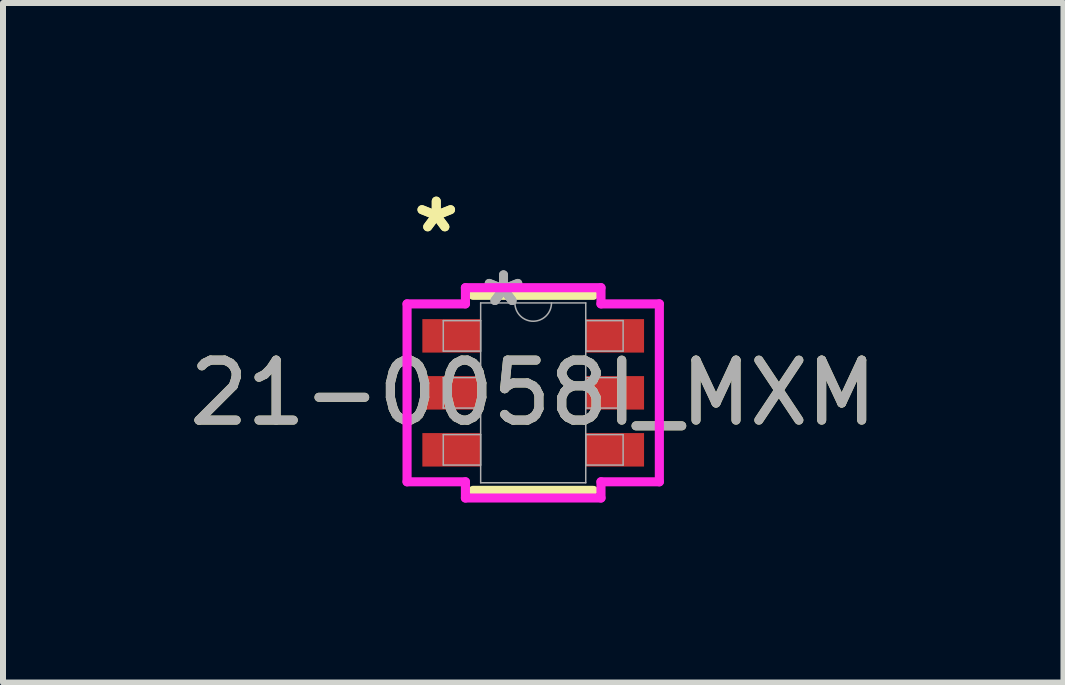
<source format=kicad_pcb>
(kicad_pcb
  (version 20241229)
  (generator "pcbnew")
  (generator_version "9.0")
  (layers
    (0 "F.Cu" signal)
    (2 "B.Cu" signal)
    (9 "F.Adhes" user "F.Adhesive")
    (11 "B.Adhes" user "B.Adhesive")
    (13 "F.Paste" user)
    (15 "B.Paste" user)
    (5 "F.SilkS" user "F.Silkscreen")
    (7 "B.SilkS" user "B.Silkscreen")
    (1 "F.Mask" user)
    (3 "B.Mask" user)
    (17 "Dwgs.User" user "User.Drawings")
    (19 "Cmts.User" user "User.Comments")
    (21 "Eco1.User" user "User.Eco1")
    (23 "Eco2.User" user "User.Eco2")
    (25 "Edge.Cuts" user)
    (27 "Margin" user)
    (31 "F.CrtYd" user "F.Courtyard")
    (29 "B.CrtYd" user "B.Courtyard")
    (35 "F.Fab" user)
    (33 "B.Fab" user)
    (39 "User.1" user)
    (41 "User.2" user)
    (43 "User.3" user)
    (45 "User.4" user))
  (footprint "21-0058I_MXM"
    (layer "F.Cu")
    (at 5.839 3.499)
    (property "Reference" "21-0058I_MXM" (at 0 0 0) (unlocked yes) (layer "F.SilkS") (effects (font (size 1 1) (thickness 0.15))))
    (attr smd)
    (fp_line (start -1.003 1.626) (end 1.003 1.626) (stroke (width 0.152) (type solid)) (layer "F.SilkS"))
    (fp_line (start 1.003 -1.626) (end -1.003 -1.626) (stroke (width 0.152) (type solid)) (layer "F.SilkS"))
    (fp_line (start -2.103 -1.483) (end -1.13 -1.483) (stroke (width 0.152) (type solid)) (layer "F.CrtYd"))
    (fp_line (start -2.103 1.483) (end -2.103 -1.483) (stroke (width 0.152) (type solid)) (layer "F.CrtYd"))
    (fp_line (start -2.103 1.483) (end -1.13 1.483) (stroke (width 0.152) (type solid)) (layer "F.CrtYd"))
    (fp_line (start -1.13 -1.753) (end 1.13 -1.753) (stroke (width 0.152) (type solid)) (layer "F.CrtYd"))
    (fp_line (start -1.13 -1.483) (end -1.13 -1.753) (stroke (width 0.152) (type solid)) (layer "F.CrtYd"))
    (fp_line (start -1.13 1.753) (end -1.13 1.483) (stroke (width 0.152) (type solid)) (layer "F.CrtYd"))
    (fp_line (start 1.13 -1.753) (end 1.13 -1.483) (stroke (width 0.152) (type solid)) (layer "F.CrtYd"))
    (fp_line (start 1.13 1.483) (end 1.13 1.753) (stroke (width 0.152) (type solid)) (layer "F.CrtYd"))
    (fp_line (start 1.13 1.753) (end -1.13 1.753) (stroke (width 0.152) (type solid)) (layer "F.CrtYd"))
    (fp_line (start 2.103 -1.483) (end 1.13 -1.483) (stroke (width 0.152) (type solid)) (layer "F.CrtYd"))
    (fp_line (start 2.103 -1.483) (end 2.103 1.483) (stroke (width 0.152) (type solid)) (layer "F.CrtYd"))
    (fp_line (start 2.103 1.483) (end 1.13 1.483) (stroke (width 0.152) (type solid)) (layer "F.CrtYd"))
    (fp_line (start -1.499 -1.204) (end -1.499 -0.696) (stroke (width 0.025) (type solid)) (layer "F.Fab"))
    (fp_line (start -1.499 -0.696) (end -0.876 -0.696) (stroke (width 0.025) (type solid)) (layer "F.Fab"))
    (fp_line (start -1.499 -0.254) (end -1.499 0.254) (stroke (width 0.025) (type solid)) (layer "F.Fab"))
    (fp_line (start -1.499 0.254) (end -0.876 0.254) (stroke (width 0.025) (type solid)) (layer "F.Fab"))
    (fp_line (start -1.499 0.696) (end -1.499 1.204) (stroke (width 0.025) (type solid)) (layer "F.Fab"))
    (fp_line (start -1.499 1.204) (end -0.876 1.204) (stroke (width 0.025) (type solid)) (layer "F.Fab"))
    (fp_line (start -0.876 -1.499) (end -0.876 1.499) (stroke (width 0.025) (type solid)) (layer "F.Fab"))
    (fp_line (start -0.876 -1.204) (end -1.499 -1.204) (stroke (width 0.025) (type solid)) (layer "F.Fab"))
    (fp_line (start -0.876 -0.696) (end -0.876 -1.204) (stroke (width 0.025) (type solid)) (layer "F.Fab"))
    (fp_line (start -0.876 -0.254) (end -1.499 -0.254) (stroke (width 0.025) (type solid)) (layer "F.Fab"))
    (fp_line (start -0.876 0.254) (end -0.876 -0.254) (stroke (width 0.025) (type solid)) (layer "F.Fab"))
    (fp_line (start -0.876 0.696) (end -1.499 0.696) (stroke (width 0.025) (type solid)) (layer "F.Fab"))
    (fp_line (start -0.876 1.204) (end -0.876 0.696) (stroke (width 0.025) (type solid)) (layer "F.Fab"))
    (fp_line (start -0.876 1.499) (end 0.876 1.499) (stroke (width 0.025) (type solid)) (layer "F.Fab"))
    (fp_line (start 0.876 -1.499) (end -0.876 -1.499) (stroke (width 0.025) (type solid)) (layer "F.Fab"))
    (fp_line (start 0.876 -1.204) (end 0.876 -0.696) (stroke (width 0.025) (type solid)) (layer "F.Fab"))
    (fp_line (start 0.876 -0.696) (end 1.499 -0.696) (stroke (width 0.025) (type solid)) (layer "F.Fab"))
    (fp_line (start 0.876 -0.254) (end 0.876 0.254) (stroke (width 0.025) (type solid)) (layer "F.Fab"))
    (fp_line (start 0.876 0.254) (end 1.499 0.254) (stroke (width 0.025) (type solid)) (layer "F.Fab"))
    (fp_line (start 0.876 0.696) (end 0.876 1.204) (stroke (width 0.025) (type solid)) (layer "F.Fab"))
    (fp_line (start 0.876 1.204) (end 1.499 1.204) (stroke (width 0.025) (type solid)) (layer "F.Fab"))
    (fp_line (start 0.876 1.499) (end 0.876 -1.499) (stroke (width 0.025) (type solid)) (layer "F.Fab"))
    (fp_line (start 1.499 -1.204) (end 0.876 -1.204) (stroke (width 0.025) (type solid)) (layer "F.Fab"))
    (fp_line (start 1.499 -0.696) (end 1.499 -1.204) (stroke (width 0.025) (type solid)) (layer "F.Fab"))
    (fp_line (start 1.499 -0.254) (end 0.876 -0.254) (stroke (width 0.025) (type solid)) (layer "F.Fab"))
    (fp_line (start 1.499 0.254) (end 1.499 -0.254) (stroke (width 0.025) (type solid)) (layer "F.Fab"))
    (fp_line (start 1.499 0.696) (end 0.876 0.696) (stroke (width 0.025) (type solid)) (layer "F.Fab"))
    (fp_line (start 1.499 1.204) (end 1.499 0.696) (stroke (width 0.025) (type solid)) (layer "F.Fab"))
    (fp_arc (start 0.3048 -1.4986) (mid 0 -1.1938) (end -0.3048 -1.4986) (stroke (width 0.0254) (type solid)) (layer "F.Fab"))
    (fp_text user "*" (at -1.616 -2.651 0) (layer "F.SilkS") (effects (font (size 1 1) (thickness 0.15))))
    (fp_text user "*" (at -1.616 -2.651 0) (unlocked yes) (layer "F.SilkS") (effects (font (size 1 1) (thickness 0.15))))
    (fp_text user "*" (at -0.495 -1.422 0) (unlocked yes) (layer "F.Fab") (effects (font (size 1 1) (thickness 0.15))))
    (fp_text user "*" (at -0.495 -1.422 0) (layer "F.Fab") (effects (font (size 1 1) (thickness 0.15))))
    (fp_text user "${REFERENCE}" (at 0 0 0) (unlocked yes) (layer "F.Fab") (effects (font (size 1 1) (thickness 0.15))))
    (pad "1" smd rect (at -1.362 -0.95) (size 0.972 0.558) (layers "F.Cu" "F.Mask" "F.Paste"))
    (pad "2" smd rect (at -1.362 0) (size 0.972 0.558) (layers "F.Cu" "F.Mask" "F.Paste"))
    (pad "3" smd rect (at -1.362 0.95) (size 0.972 0.558) (layers "F.Cu" "F.Mask" "F.Paste"))
    (pad "4" smd rect (at 1.362 0.95) (size 0.972 0.558) (layers "F.Cu" "F.Mask" "F.Paste"))
    (pad "5" smd rect (at 1.362 0) (size 0.972 0.558) (layers "F.Cu" "F.Mask" "F.Paste"))
    (pad "6" smd rect (at 1.362 -0.95) (size 0.972 0.558) (layers "F.Cu" "F.Mask" "F.Paste")))
  (gr_rect
    (start -3 -3)
    (end 14.679 8.328)
    (stroke (width 0.1) (type default))
    (fill no)
    (layer "Edge.Cuts")))
</source>
